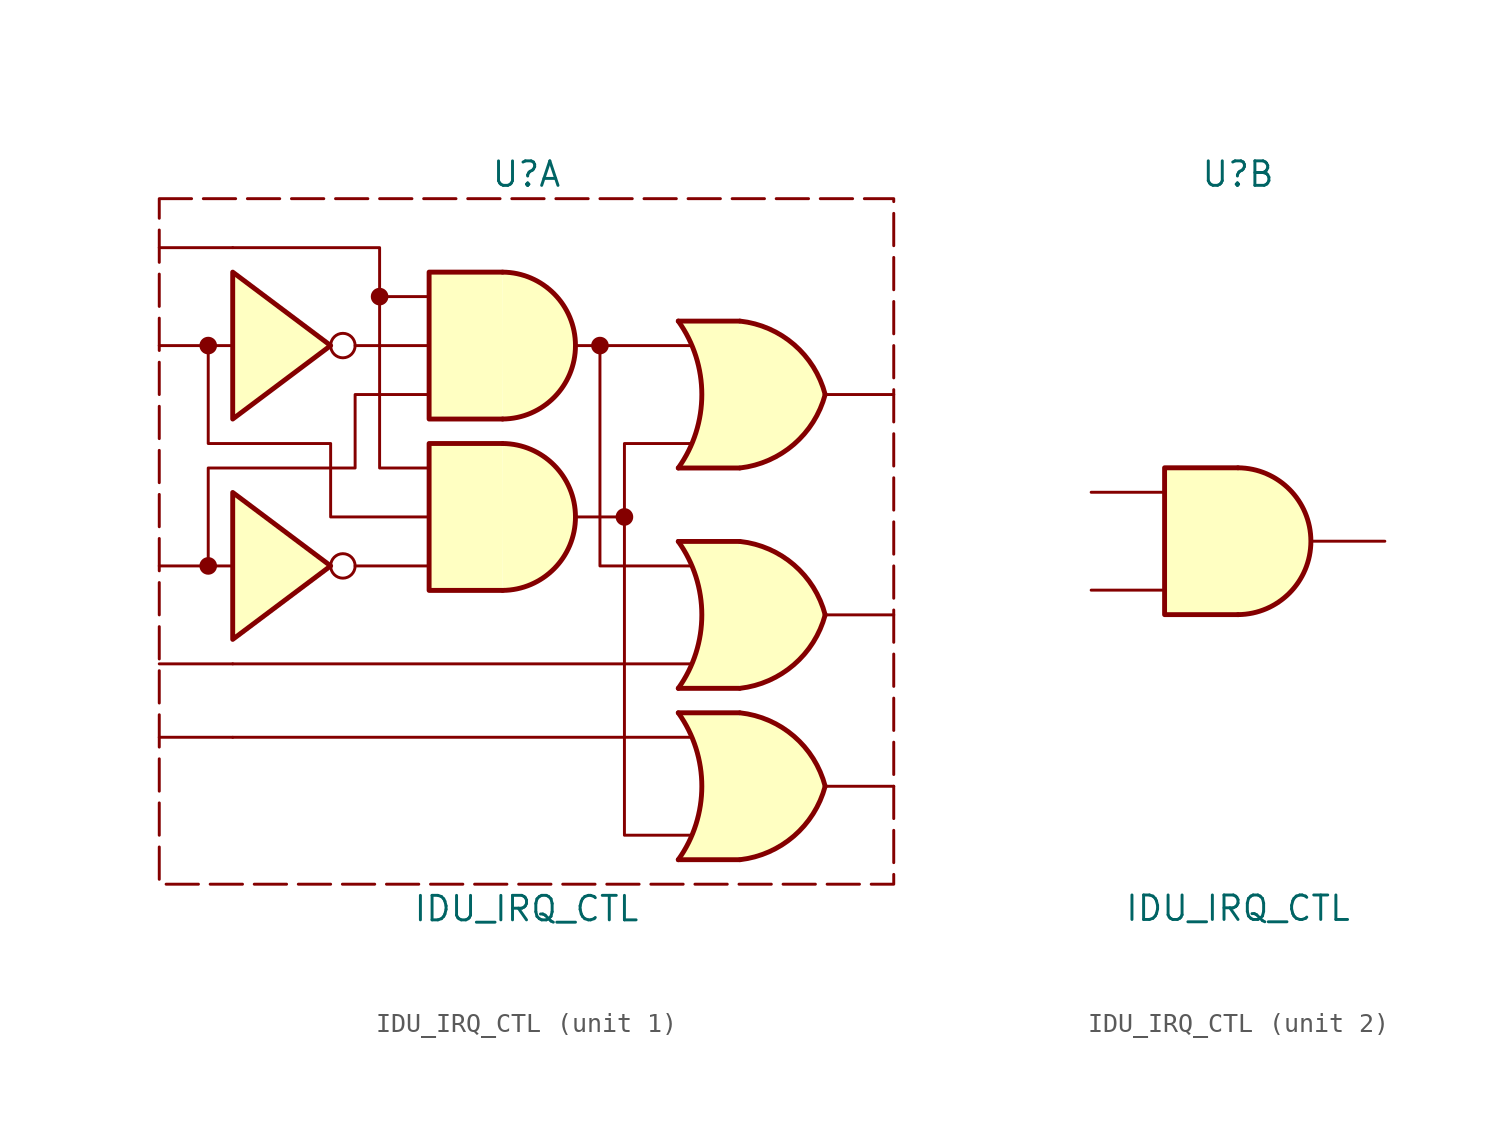
<source format=kicad_sym>
(kicad_symbol_lib
  (version 20231120)
  (generator "kicad_symbol_editor")
  (generator_version "8.0")
  (symbol "IDU_IRQ_CTL"
    (pin_numbers hide)
    (pin_names hide)
    (property "Reference" "U"
      (at 0 19.05 0)
      (effects (font (size 1.27 1.27))))
    (property "Value" "IDU_IRQ_CTL"
      (at 0 -19.05 0)
      (effects (font (size 1.27 1.27))))
    (property "ki_locked" ""
      (at 0 0 0)
      (effects (font (size 1.27 1.27))))
    (symbol "IDU_IRQ_CTL_1_0"
      (polyline (pts (xy -15.24 2.54) (xy -15.24 -5.08) (xy -10.16 -1.27) (xy -15.24 2.54)) (stroke (width 0.254) (type default)) (fill (type background)))
      (polyline (pts (xy -15.24 13.97) (xy -15.24 6.35) (xy -10.16 10.16) (xy -15.24 13.97)) (stroke (width 0.254) (type default)) (fill (type background))))
    (symbol "IDU_IRQ_CTL_1_1"
      (rectangle (start -19.05 17.78) (end 19.05 -17.78) (stroke (width 0) (type dash)) (fill (type none)))
      (circle (center -16.51 -1.27) (radius 0.381) (stroke (width 0) (type default)) (fill (type outline)))
      (circle (center -16.51 10.16) (radius 0.381) (stroke (width 0) (type default)) (fill (type outline)))
      (circle (center -9.525 -1.27) (radius 0.635) (stroke (width 0) (type default)) (fill (type none)))
      (circle (center -9.525 10.16) (radius 0.635) (stroke (width 0) (type default)) (fill (type none)))
      (circle (center -7.62 12.7) (radius 0.381) (stroke (width 0) (type default)) (fill (type outline)))
      (arc (start -1.2424 -2.54) (mid 2.5401 1.27) (end -1.2424 5.08) (stroke (width 0.254) (type default)) (fill (type background)))
      (arc (start -1.2424 6.35) (mid 2.5401 10.16) (end -1.2424 13.97) (stroke (width 0.254) (type default)) (fill (type background)))
      (polyline (pts (xy -5.08 -1.27) (xy -8.89 -1.27)) (stroke (width 0) (type default)) (fill (type none)))
      (polyline (pts (xy -5.08 10.16) (xy -8.89 10.16)) (stroke (width 0) (type default)) (fill (type none)))
      (polyline (pts (xy -5.08 12.7) (xy -7.62 12.7)) (stroke (width 0) (type default)) (fill (type none)))
      (polyline (pts (xy 2.54 10.16) (xy 8.509 10.16)) (stroke (width 0) (type default)) (fill (type none)))
      (polyline (pts (xy 5.08 1.27) (xy 2.54 1.27)) (stroke (width 0) (type default)) (fill (type none)))
      (polyline (pts (xy 7.874 -16.51) (xy 11.049 -16.51)) (stroke (width 0.254) (type default)) (fill (type background)))
      (polyline (pts (xy 7.874 -8.89) (xy 11.049 -8.89)) (stroke (width 0.254) (type default)) (fill (type background)))
      (polyline (pts (xy 7.874 -7.62) (xy 11.049 -7.62)) (stroke (width 0.254) (type default)) (fill (type background)))
      (polyline (pts (xy 7.874 0) (xy 11.049 0)) (stroke (width 0.254) (type default)) (fill (type background)))
      (polyline (pts (xy 7.874 3.81) (xy 11.049 3.81)) (stroke (width 0.254) (type default)) (fill (type background)))
      (polyline (pts (xy 7.874 11.43) (xy 11.049 11.43)) (stroke (width 0.254) (type default)) (fill (type background)))
      (polyline (pts (xy 8.509 -10.16) (xy -15.24 -10.16)) (stroke (width 0) (type default)) (fill (type none)))
      (polyline (pts (xy 8.509 -6.35) (xy -15.24 -6.35)) (stroke (width 0) (type default)) (fill (type none)))
      (polyline (pts (xy 8.509 -1.27) (xy 3.81 -1.27) (xy 3.81 10.16)) (stroke (width 0) (type default)) (fill (type none)))
      (polyline (pts (xy -5.08 3.81) (xy -7.62 3.81) (xy -7.62 15.24) (xy -15.24 15.24)) (stroke (width 0) (type default)) (fill (type none)))
      (polyline (pts (xy -1.242 5.08) (xy -5.052 5.08) (xy -5.052 -2.54) (xy -1.242 -2.54)) (stroke (width 0.254) (type default)) (fill (type background)))
      (polyline (pts (xy -1.242 13.97) (xy -5.052 13.97) (xy -5.052 6.35) (xy -1.242 6.35)) (stroke (width 0.254) (type default)) (fill (type background)))
      (polyline (pts (xy 8.509 5.08) (xy 5.08 5.08) (xy 5.08 -15.24) (xy 8.509 -15.24)) (stroke (width 0) (type default)) (fill (type none)))
      (polyline (pts (xy -16.51 10.16) (xy -16.51 5.08) (xy -10.16 5.08) (xy -10.16 1.27) (xy -5.08 1.27)) (stroke (width 0) (type default)) (fill (type none)))
      (polyline (pts (xy -5.08 7.62) (xy -8.89 7.62) (xy -8.89 3.81) (xy -16.51 3.81) (xy -16.51 -1.27)) (stroke (width 0) (type default)) (fill (type none)))
      (polyline (pts (xy 11.049 -8.89) (xy 7.874 -8.89) (xy 7.874 -8.89) (xy 8.128 -9.296) (xy 8.661 -10.439) (xy 8.991 -11.659) (xy 9.068 -12.954) (xy 8.915 -14.199) (xy 8.509 -15.418) (xy 7.874 -16.51) (xy 7.874 -16.51) (xy 11.049 -16.51)) (stroke (width -25.4) (type default)) (fill (type background)))
      (polyline (pts (xy 11.049 0) (xy 7.874 0) (xy 7.874 0) (xy 8.128 -0.406) (xy 8.661 -1.549) (xy 8.991 -2.769) (xy 9.068 -4.064) (xy 8.915 -5.309) (xy 8.509 -6.528) (xy 7.874 -7.62) (xy 7.874 -7.62) (xy 11.049 -7.62)) (stroke (width -25.4) (type default)) (fill (type background)))
      (polyline (pts (xy 11.049 11.43) (xy 7.874 11.43) (xy 7.874 11.43) (xy 8.128 11.024) (xy 8.661 9.881) (xy 8.991 8.661) (xy 9.068 7.366) (xy 8.915 6.121) (xy 8.509 4.902) (xy 7.874 3.81) (xy 7.874 3.81) (xy 11.049 3.81)) (stroke (width -25.4) (type default)) (fill (type background)))
      (circle (center 3.81 10.16) (radius 0.381) (stroke (width 0) (type default)) (fill (type outline)))
      (circle (center 5.08 1.27) (radius 0.381) (stroke (width 0) (type default)) (fill (type outline)))
      (arc (start 7.8738 -16.51) (mid 9.0948 -12.7) (end 7.8738 -8.89) (stroke (width 0.254) (type default)) (fill (type none)))
      (arc (start 7.8738 -7.62) (mid 9.0948 -3.81) (end 7.8738 0) (stroke (width 0.254) (type default)) (fill (type none)))
      (arc (start 7.8738 3.81) (mid 9.0948 7.62) (end 7.8738 11.43) (stroke (width 0.254) (type default)) (fill (type none)))
      (arc (start 11.0742 -16.51) (mid 13.8696 -15.2841) (end 15.4938 -12.7) (stroke (width 0.254) (type default)) (fill (type background)))
      (arc (start 11.0742 -7.62) (mid 13.8696 -6.3941) (end 15.4938 -3.81) (stroke (width 0.254) (type default)) (fill (type background)))
      (arc (start 11.0742 3.81) (mid 13.8693 5.036) (end 15.4938 7.62) (stroke (width 0.254) (type default)) (fill (type background)))
      (arc (start 15.4938 -12.7) (mid 13.8766 -10.1077) (end 11.0742 -8.89) (stroke (width 0.254) (type default)) (fill (type background)))
      (arc (start 15.4938 -3.81) (mid 13.8766 -1.2177) (end 11.0742 0) (stroke (width 0.254) (type default)) (fill (type background)))
      (arc (start 15.4938 7.62) (mid 13.8766 10.2125) (end 11.0742 11.43) (stroke (width 0.254) (type default)) (fill (type background)))
      (pin input line (at -19.05 -6.35 0) (length 3.81) (name "IN1" (effects (font (size 1.27 1.27)))) (number "" (effects (font (size 0 0)))))
      (pin input line (at -19.05 -1.27 0) (length 3.81) (name "IN2" (effects (font (size 1.27 1.27)))) (number "" (effects (font (size 0 0)))))
      (pin input line (at -19.05 15.24 0) (length 3.81) (name "IN3" (effects (font (size 1.27 1.27)))) (number "" (effects (font (size 0 0)))))
      (pin input line (at -19.05 10.16 0) (length 3.81) (name "IN4" (effects (font (size 1.27 1.27)))) (number "" (effects (font (size 0 0)))))
      (pin input line (at -19.05 -10.16 0) (length 3.81) (name "IN5" (effects (font (size 1.27 1.27)))) (number "" (effects (font (size 0 0)))))
      (pin output line (at 19.05 7.62 180) (length 3.6) (name "Y1" (effects (font (size 1.27 1.27)))) (number "" (effects (font (size 0 0)))))
      (pin output line (at 19.05 -3.81 180) (length 3.6) (name "Y2" (effects (font (size 1.27 1.27)))) (number "" (effects (font (size 0 0)))))
      (pin output line (at 19.05 -12.7 180) (length 3.6) (name "Y3" (effects (font (size 1.27 1.27)))) (number "" (effects (font (size 0 0))))))
    (symbol "IDU_IRQ_CTL_2_1"
      (arc (start 0 -3.81) (mid 3.7825 0) (end 0 3.81) (stroke (width 0.254) (type default)) (fill (type background)))
      (polyline (pts (xy 0 3.81) (xy -3.81 3.81) (xy -3.81 -3.81) (xy 0 -3.81)) (stroke (width 0.254) (type default)) (fill (type background)))
      (pin input line (at -7.62 2.54 0) (length 3.81) (name "AND_IN1" (effects (font (size 1.27 1.27)))) (number "" (effects (font (size 1.27 1.27)))))
      (pin input line (at -7.62 -2.54 0) (length 3.81) (name "AND_IN2" (effects (font (size 1.27 1.27)))) (number "" (effects (font (size 1.27 1.27)))))
      (pin output line (at 7.62 0 180) (length 3.81) (name "AND_Y" (effects (font (size 1.27 1.27)))) (number "" (effects (font (size 0 0))))))))
</source>
